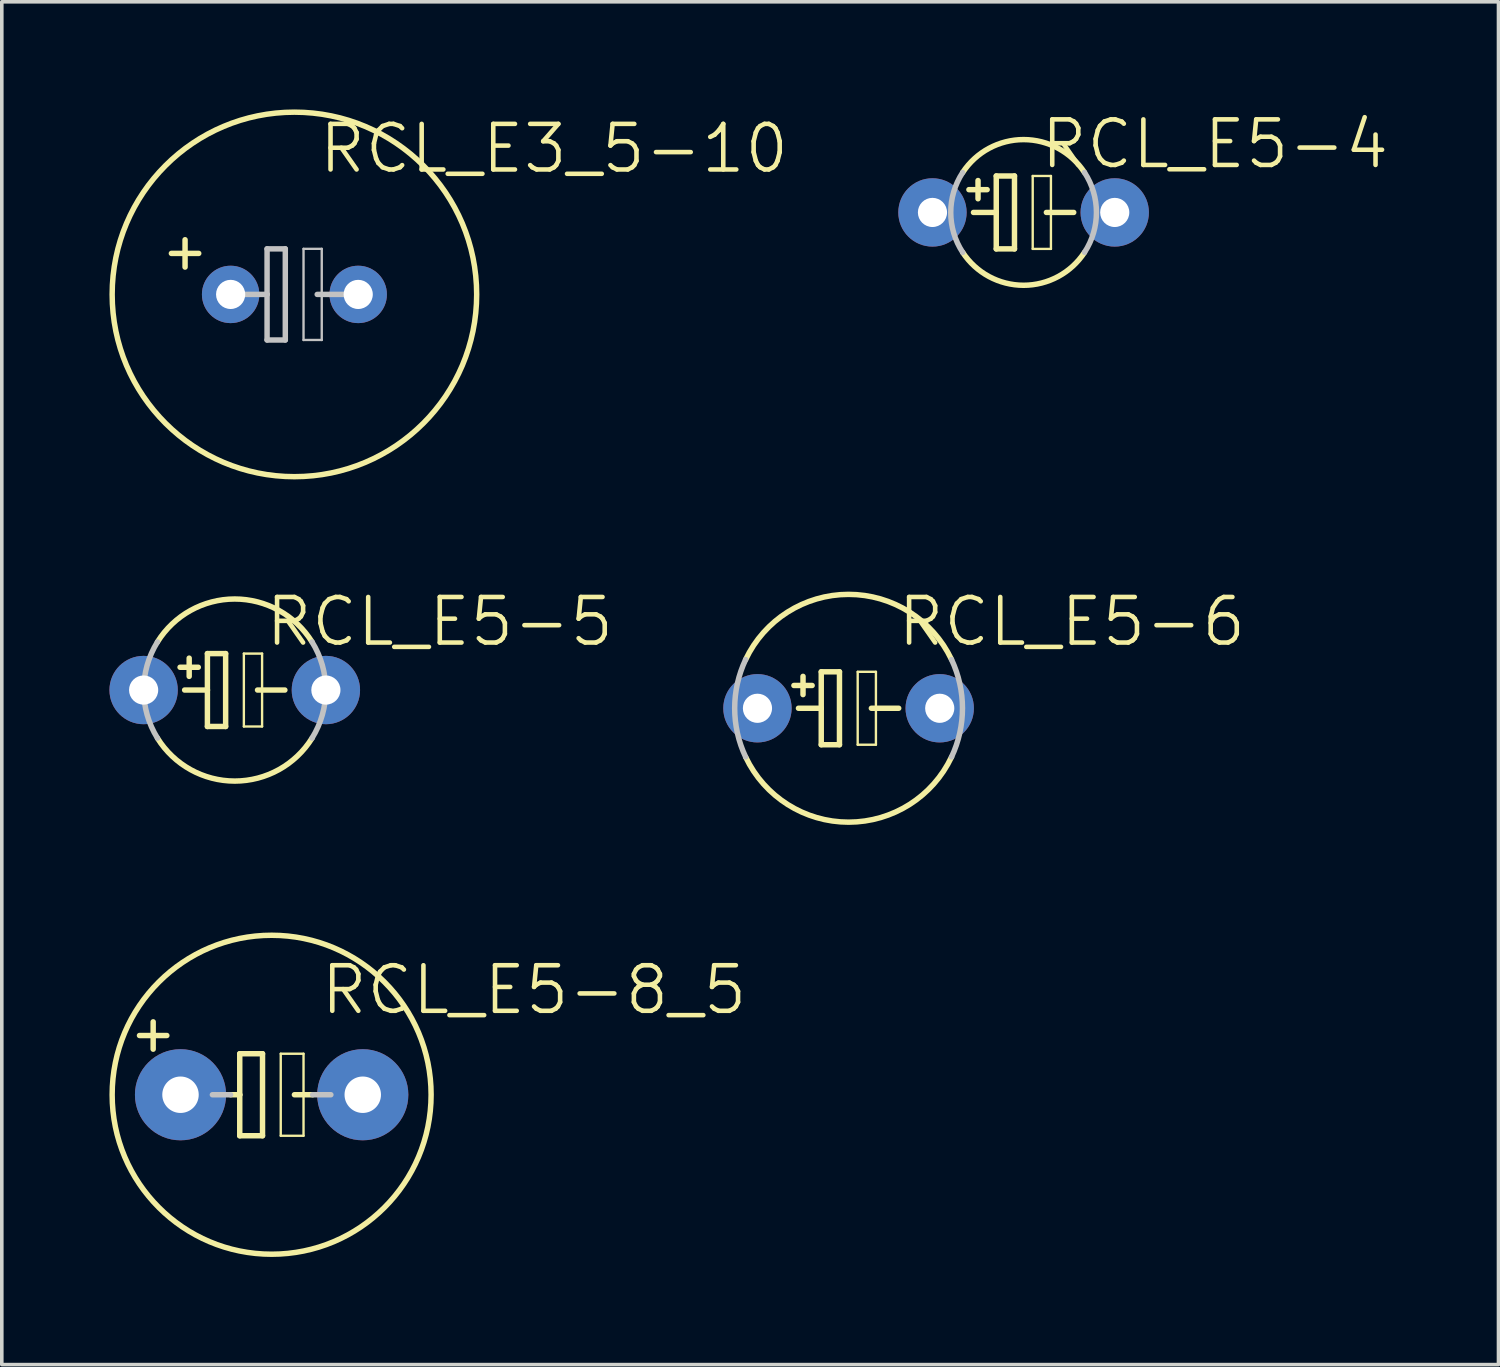
<source format=kicad_pcb>
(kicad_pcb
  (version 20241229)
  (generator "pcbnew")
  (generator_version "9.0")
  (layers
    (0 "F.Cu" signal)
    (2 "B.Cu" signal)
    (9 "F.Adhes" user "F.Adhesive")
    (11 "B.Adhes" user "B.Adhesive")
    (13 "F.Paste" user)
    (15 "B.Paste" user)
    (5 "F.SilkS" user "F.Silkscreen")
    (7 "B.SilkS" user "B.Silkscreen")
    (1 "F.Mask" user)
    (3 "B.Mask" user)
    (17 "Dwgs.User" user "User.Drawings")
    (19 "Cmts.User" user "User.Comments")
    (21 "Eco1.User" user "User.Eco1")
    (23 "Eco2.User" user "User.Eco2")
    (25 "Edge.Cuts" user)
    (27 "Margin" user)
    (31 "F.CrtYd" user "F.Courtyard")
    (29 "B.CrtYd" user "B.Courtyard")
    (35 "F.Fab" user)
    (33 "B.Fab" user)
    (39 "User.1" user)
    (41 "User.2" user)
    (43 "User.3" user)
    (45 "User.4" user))
  (footprint "RCL_E5-5"
    (layer "F.Cu")
    (at 3.493 16.183)
    (property "Reference" "RCL_E5-5" (at 5.715 -1.905 0) (layer "F.SilkS") (effects (font (size 1.27 1.27) (thickness 0.127))))
    (attr exclude_from_pos_files exclude_from_bom)
    (fp_line (start -1.524 -0.635) (end -1.016 -0.635) (stroke (width 0.152) (type solid)) (layer "F.SilkS"))
    (fp_line (start -1.397 0) (end -0.762 0) (stroke (width 0.152) (type solid)) (layer "F.SilkS"))
    (fp_line (start -1.27 -0.381) (end -1.27 -0.889) (stroke (width 0.152) (type solid)) (layer "F.SilkS"))
    (fp_line (start -0.762 -1.016) (end -0.762 0) (stroke (width 0.152) (type solid)) (layer "F.SilkS"))
    (fp_line (start -0.762 0) (end -0.762 1.016) (stroke (width 0.152) (type solid)) (layer "F.SilkS"))
    (fp_line (start -0.762 1.016) (end -0.254 1.016) (stroke (width 0.152) (type solid)) (layer "F.SilkS"))
    (fp_line (start -0.254 -1.016) (end -0.762 -1.016) (stroke (width 0.152) (type solid)) (layer "F.SilkS"))
    (fp_line (start -0.254 1.016) (end -0.254 -1.016) (stroke (width 0.152) (type solid)) (layer "F.SilkS"))
    (fp_line (start 0.254 -1.016) (end 0.762 -1.016) (stroke (width 0.066) (type solid)) (layer "F.SilkS"))
    (fp_line (start 0.254 1.016) (end 0.254 -1.016) (stroke (width 0.066) (type solid)) (layer "F.SilkS"))
    (fp_line (start 0.254 1.016) (end 0.762 1.016) (stroke (width 0.066) (type solid)) (layer "F.SilkS"))
    (fp_line (start 0.635 0) (end 1.397 0) (stroke (width 0.152) (type solid)) (layer "F.SilkS"))
    (fp_line (start 0.762 1.016) (end 0.762 -1.016) (stroke (width 0.066) (type solid)) (layer "F.SilkS"))
    (fp_arc (start -2.15392 -1.34112) (mid -0.001855 -2.537316) (end 2.151957 -1.344268) (stroke (width 0.1524) (type solid)) (layer "F.SilkS"))
    (fp_arc (start 2.15392 1.34112) (mid 0.001855 2.537316) (end -2.151957 1.344268) (stroke (width 0.1524) (type solid)) (layer "F.SilkS"))
    (fp_arc (start -2.15392 1.34112) (mid -2.537316 0.000359) (end -2.154299 -1.34051) (stroke (width 0.1524) (type solid)) (layer "Dwgs.User"))
    (fp_arc (start 2.15392 -1.34112) (mid 2.537316 -0.000359) (end 2.154299 1.34051) (stroke (width 0.1524) (type solid)) (layer "Dwgs.User"))
    (pad "+" thru_hole circle (at -2.54 0) (size 1.905 1.905) (drill 0.813) (layers "*.Cu" "*.Paste" "*.Mask"))
    (pad "-" thru_hole circle (at 2.54 0) (size 1.905 1.905) (drill 0.813) (layers "*.Cu" "*.Paste" "*.Mask")))
  (footprint "RCL_E5-8_5"
    (layer "F.Cu")
    (at 4.521 27.463)
    (property "Reference" "RCL_E5-8_5" (at 7.315 -2.921 0) (layer "F.SilkS") (effects (font (size 1.27 1.27) (thickness 0.127))))
    (attr exclude_from_pos_files exclude_from_bom)
    (fp_line (start -3.683 -1.651) (end -2.921 -1.651) (stroke (width 0.152) (type solid)) (layer "F.SilkS"))
    (fp_line (start -3.302 -2.032) (end -3.302 -1.27) (stroke (width 0.152) (type solid)) (layer "F.SilkS"))
    (fp_line (start -1.143 0) (end -0.889 0) (stroke (width 0.152) (type solid)) (layer "F.SilkS"))
    (fp_line (start -0.889 -1.143) (end -0.889 0) (stroke (width 0.152) (type solid)) (layer "F.SilkS"))
    (fp_line (start -0.889 0) (end -0.889 1.143) (stroke (width 0.152) (type solid)) (layer "F.SilkS"))
    (fp_line (start -0.889 1.143) (end -0.254 1.143) (stroke (width 0.152) (type solid)) (layer "F.SilkS"))
    (fp_line (start -0.254 -1.143) (end -0.889 -1.143) (stroke (width 0.152) (type solid)) (layer "F.SilkS"))
    (fp_line (start -0.254 1.143) (end -0.254 -1.143) (stroke (width 0.152) (type solid)) (layer "F.SilkS"))
    (fp_line (start 0.254 -1.143) (end 0.889 -1.143) (stroke (width 0.066) (type solid)) (layer "F.SilkS"))
    (fp_line (start 0.254 1.143) (end 0.254 -1.143) (stroke (width 0.066) (type solid)) (layer "F.SilkS"))
    (fp_line (start 0.254 1.143) (end 0.889 1.143) (stroke (width 0.066) (type solid)) (layer "F.SilkS"))
    (fp_line (start 0.635 0) (end 1.143 0) (stroke (width 0.152) (type solid)) (layer "F.SilkS"))
    (fp_line (start 0.889 1.143) (end 0.889 -1.143) (stroke (width 0.066) (type solid)) (layer "F.SilkS"))
    (fp_circle (center 0 0) (end 0 -4.445) (stroke (width 0.152) (type solid)) (fill no) (layer "F.SilkS"))
    (fp_line (start -1.651 0) (end -1.143 0) (stroke (width 0.152) (type solid)) (layer "Dwgs.User"))
    (fp_line (start 1.143 0) (end 1.651 0) (stroke (width 0.152) (type solid)) (layer "Dwgs.User"))
    (pad "+" thru_hole circle (at -2.54 0) (size 2.54 2.54) (drill 1.016) (layers "*.Cu" "*.Paste" "*.Mask"))
    (pad "-" thru_hole circle (at 2.54 0) (size 2.54 2.54) (drill 1.016) (layers "*.Cu" "*.Paste" "*.Mask")))
  (footprint "RCL_E3_5-10"
    (layer "F.Cu")
    (at 5.156 5.156)
    (property "Reference" "RCL_E3_5-10" (at 7.236 -4.064 0) (layer "F.SilkS") (effects (font (size 1.27 1.27) (thickness 0.127))))
    (attr exclude_from_pos_files exclude_from_bom)
    (fp_line (start -3.429 -1.143) (end -2.667 -1.143) (stroke (width 0.152) (type solid)) (layer "F.SilkS"))
    (fp_line (start -3.048 -0.762) (end -3.048 -1.524) (stroke (width 0.152) (type solid)) (layer "F.SilkS"))
    (fp_circle (center 0 0) (end 0 -5.08) (stroke (width 0.152) (type solid)) (fill no) (layer "F.SilkS"))
    (fp_line (start -1.651 0) (end -0.762 0) (stroke (width 0.152) (type solid)) (layer "Dwgs.User"))
    (fp_line (start -0.762 -1.27) (end -0.762 0) (stroke (width 0.152) (type solid)) (layer "Dwgs.User"))
    (fp_line (start -0.762 0) (end -0.762 1.27) (stroke (width 0.152) (type solid)) (layer "Dwgs.User"))
    (fp_line (start -0.762 1.27) (end -0.254 1.27) (stroke (width 0.152) (type solid)) (layer "Dwgs.User"))
    (fp_line (start -0.254 -1.27) (end -0.762 -1.27) (stroke (width 0.152) (type solid)) (layer "Dwgs.User"))
    (fp_line (start -0.254 1.27) (end -0.254 -1.27) (stroke (width 0.152) (type solid)) (layer "Dwgs.User"))
    (fp_line (start 0.254 -1.27) (end 0.762 -1.27) (stroke (width 0.066) (type solid)) (layer "Dwgs.User"))
    (fp_line (start 0.254 1.27) (end 0.254 -1.27) (stroke (width 0.066) (type solid)) (layer "Dwgs.User"))
    (fp_line (start 0.254 1.27) (end 0.762 1.27) (stroke (width 0.066) (type solid)) (layer "Dwgs.User"))
    (fp_line (start 0.635 0) (end 1.651 0) (stroke (width 0.152) (type solid)) (layer "Dwgs.User"))
    (fp_line (start 0.762 1.27) (end 0.762 -1.27) (stroke (width 0.066) (type solid)) (layer "Dwgs.User"))
    (pad "+" thru_hole circle (at -1.778 0) (size 1.6 1.6) (drill 0.813) (layers "*.Cu" "*.Paste" "*.Mask"))
    (pad "-" thru_hole circle (at 1.778 0) (size 1.6 1.6) (drill 0.813) (layers "*.Cu" "*.Paste" "*.Mask")))
  (footprint "RCL_E5-6"
    (layer "F.Cu")
    (at 20.602 16.691)
    (property "Reference" "RCL_E5-6" (at 6.223 -2.413 0) (layer "F.SilkS") (effects (font (size 1.27 1.27) (thickness 0.127))))
    (attr exclude_from_pos_files exclude_from_bom)
    (fp_line (start -1.524 -0.635) (end -1.016 -0.635) (stroke (width 0.152) (type solid)) (layer "F.SilkS"))
    (fp_line (start -1.397 0) (end -0.762 0) (stroke (width 0.152) (type solid)) (layer "F.SilkS"))
    (fp_line (start -1.27 -0.381) (end -1.27 -0.889) (stroke (width 0.152) (type solid)) (layer "F.SilkS"))
    (fp_line (start -0.762 -1.016) (end -0.762 0) (stroke (width 0.152) (type solid)) (layer "F.SilkS"))
    (fp_line (start -0.762 0) (end -0.762 1.016) (stroke (width 0.152) (type solid)) (layer "F.SilkS"))
    (fp_line (start -0.762 1.016) (end -0.254 1.016) (stroke (width 0.152) (type solid)) (layer "F.SilkS"))
    (fp_line (start -0.254 -1.016) (end -0.762 -1.016) (stroke (width 0.152) (type solid)) (layer "F.SilkS"))
    (fp_line (start -0.254 1.016) (end -0.254 -1.016) (stroke (width 0.152) (type solid)) (layer "F.SilkS"))
    (fp_line (start 0.254 -1.016) (end 0.762 -1.016) (stroke (width 0.066) (type solid)) (layer "F.SilkS"))
    (fp_line (start 0.254 1.016) (end 0.254 -1.016) (stroke (width 0.066) (type solid)) (layer "F.SilkS"))
    (fp_line (start 0.254 1.016) (end 0.762 1.016) (stroke (width 0.066) (type solid)) (layer "F.SilkS"))
    (fp_line (start 0.635 0) (end 1.397 0) (stroke (width 0.152) (type solid)) (layer "F.SilkS"))
    (fp_line (start 0.762 1.016) (end 0.762 -1.016) (stroke (width 0.066) (type solid)) (layer "F.SilkS"))
    (fp_arc (start -2.8702 -1.35636) (mid -0.003112 -3.174547) (end 2.867536 -1.361984) (stroke (width 0.1524) (type solid)) (layer "F.SilkS"))
    (fp_arc (start 2.8702 1.35636) (mid 0.003112 3.174547) (end -2.867536 1.361984) (stroke (width 0.1524) (type solid)) (layer "F.SilkS"))
    (fp_arc (start -2.8702 1.35636) (mid -3.174549 -0.000341) (end -2.869908 -1.356977) (stroke (width 0.1524) (type solid)) (layer "Dwgs.User"))
    (fp_arc (start 2.8702 -1.35636) (mid 3.174549 0.000341) (end 2.869908 1.356977) (stroke (width 0.1524) (type solid)) (layer "Dwgs.User"))
    (pad "+" thru_hole circle (at -2.54 0) (size 1.905 1.905) (drill 0.813) (layers "*.Cu" "*.Paste" "*.Mask"))
    (pad "-" thru_hole circle (at 2.54 0) (size 1.905 1.905) (drill 0.813) (layers "*.Cu" "*.Paste" "*.Mask")))
  (footprint "RCL_E5-4"
    (layer "F.Cu")
    (at 25.48 2.871)
    (property "Reference" "RCL_E5-4" (at 5.334 -1.905 0) (layer "F.SilkS") (effects (font (size 1.27 1.27) (thickness 0.127))))
    (attr exclude_from_pos_files exclude_from_bom)
    (fp_line (start -1.524 -0.635) (end -1.016 -0.635) (stroke (width 0.152) (type solid)) (layer "F.SilkS"))
    (fp_line (start -1.397 0) (end -0.762 0) (stroke (width 0.152) (type solid)) (layer "F.SilkS"))
    (fp_line (start -1.27 -0.381) (end -1.27 -0.889) (stroke (width 0.152) (type solid)) (layer "F.SilkS"))
    (fp_line (start -0.762 -1.016) (end -0.762 0) (stroke (width 0.152) (type solid)) (layer "F.SilkS"))
    (fp_line (start -0.762 0) (end -0.762 1.016) (stroke (width 0.152) (type solid)) (layer "F.SilkS"))
    (fp_line (start -0.762 1.016) (end -0.254 1.016) (stroke (width 0.152) (type solid)) (layer "F.SilkS"))
    (fp_line (start -0.254 -1.016) (end -0.762 -1.016) (stroke (width 0.152) (type solid)) (layer "F.SilkS"))
    (fp_line (start -0.254 1.016) (end -0.254 -1.016) (stroke (width 0.152) (type solid)) (layer "F.SilkS"))
    (fp_line (start 0.254 -1.016) (end 0.762 -1.016) (stroke (width 0.066) (type solid)) (layer "F.SilkS"))
    (fp_line (start 0.254 1.016) (end 0.254 -1.016) (stroke (width 0.066) (type solid)) (layer "F.SilkS"))
    (fp_line (start 0.254 1.016) (end 0.762 1.016) (stroke (width 0.066) (type solid)) (layer "F.SilkS"))
    (fp_line (start 0.635 0) (end 1.397 0) (stroke (width 0.152) (type solid)) (layer "F.SilkS"))
    (fp_line (start 0.762 1.016) (end 0.762 -1.016) (stroke (width 0.066) (type solid)) (layer "F.SilkS"))
    (fp_arc (start -1.69672 -1.11506) (mid 0.000437 -2.030324) (end 1.6972 -1.114329) (stroke (width 0.1524) (type solid)) (layer "F.SilkS"))
    (fp_arc (start 1.69672 1.11506) (mid -0.000437 2.030324) (end -1.6972 1.114329) (stroke (width 0.1524) (type solid)) (layer "F.SilkS"))
    (fp_arc (start -1.69672 1.11506) (mid -2.030323 0.002209) (end -1.699143 -1.111365) (stroke (width 0.1524) (type solid)) (layer "Dwgs.User"))
    (fp_arc (start 1.69672 -1.11506) (mid 2.030323 -0.002209) (end 1.699143 1.111365) (stroke (width 0.1524) (type solid)) (layer "Dwgs.User"))
    (pad "+" thru_hole circle (at -2.54 0) (size 1.905 1.905) (drill 0.813) (layers "*.Cu" "*.Paste" "*.Mask"))
    (pad "-" thru_hole circle (at 2.54 0) (size 1.905 1.905) (drill 0.813) (layers "*.Cu" "*.Paste" "*.Mask")))
  (gr_rect
    (start -3 -3)
    (end 38.716 34.984)
    (stroke (width 0.1) (type default))
    (fill no)
    (layer "Edge.Cuts")))
</source>
